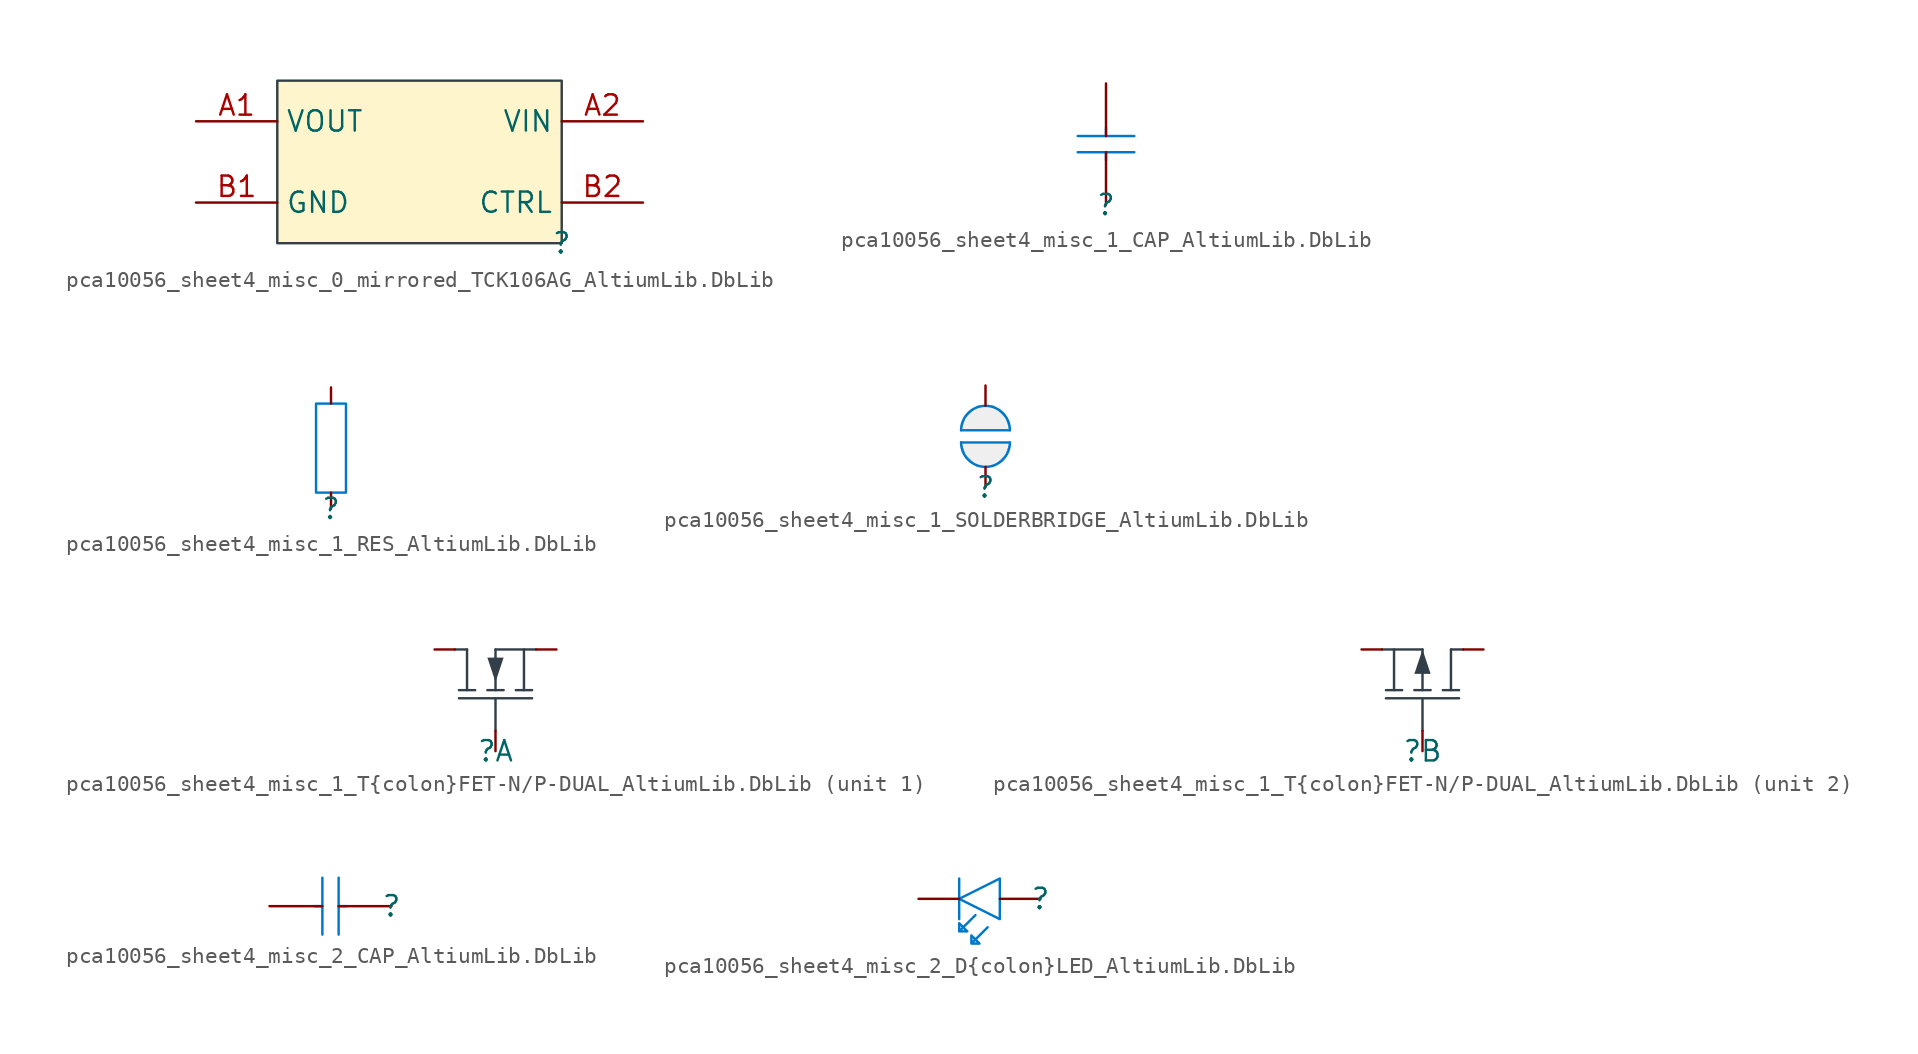
<source format=kicad_sym>
(kicad_symbol_lib
  (version 20241209)
  (generator "kicad_symbol_editor")
  (generator_version "9.0")
  (symbol "pca10056_sheet4_misc_0_mirrored_TCK106AG_AltiumLib.DbLib"
    (property "Reference" ""
      (at 0 0 0)
      (effects (font (size 1.27 1.27))))
    (property "Value" ""
      (at 0 0 0)
      (effects (font (size 1.27 1.27))))
    (symbol "pca10056_sheet4_misc_0_mirrored_TCK106AG_AltiumLib.DbLib_1_0"
      (rectangle (start 0 10.16) (end -17.78 0) (stroke (width 0) (type solid) (color 51 63 72 1)) (fill (type color) (color 255 245 204 1)))
      (pin power_in line (at -22.86 7.62 0) (length 5.08) (name "VOUT" (effects (font (size 1.27 1.27)))) (number "A1" (effects (font (size 1.27 1.27)))))
      (pin power_in line (at -22.86 2.54 0) (length 5.08) (name "GND" (effects (font (size 1.27 1.27)))) (number "B1" (effects (font (size 1.27 1.27)))))
      (pin power_in line (at 5.08 7.62 180) (length 5.08) (name "VIN" (effects (font (size 1.27 1.27)))) (number "A2" (effects (font (size 1.27 1.27)))))
      (pin input line (at 5.08 2.54 180) (length 5.08) (name "CTRL" (effects (font (size 1.27 1.27)))) (number "B2" (effects (font (size 1.27 1.27)))))))
  (symbol "pca10056_sheet4_misc_1_CAP_AltiumLib.DbLib"
    (pin_numbers
      (hide yes))
    (pin_names
      (hide yes))
    (property "Reference" ""
      (at 0 0 0)
      (effects (font (size 1.27 1.27))))
    (property "Value" ""
      (at 0 0 0)
      (effects (font (size 1.27 1.27))))
    (symbol "pca10056_sheet4_misc_1_CAP_AltiumLib.DbLib_1_0"
      (polyline (pts (xy 0 4.318) (xy 0 4.826)) (stroke (width 0) (type solid) (color 0 119 200 1)) (fill (type none)))
      (polyline (pts (xy 0 3.302) (xy 0 2.794)) (stroke (width 0) (type solid) (color 0 119 200 1)) (fill (type none)))
      (polyline (pts (xy 1.778 4.318) (xy -1.778 4.318)) (stroke (width 0) (type solid) (color 0 119 200 1)) (fill (type none)))
      (polyline (pts (xy 1.778 3.302) (xy -1.778 3.302)) (stroke (width 0) (type solid) (color 0 119 200 1)) (fill (type none)))
      (pin passive line (at 0 7.62 270) (length 3.302) (name "2" (effects (font (size 1.27 1.27)))) (number "2" (effects (font (size 1.27 1.27)))))
      (pin passive line (at 0 0 90) (length 3.302) (name "1" (effects (font (size 1.27 1.27)))) (number "1" (effects (font (size 1.27 1.27)))))))
  (symbol "pca10056_sheet4_misc_1_RES_AltiumLib.DbLib"
    (pin_numbers
      (hide yes))
    (pin_names
      (hide yes))
    (property "Reference" ""
      (at 0 0 0)
      (effects (font (size 1.27 1.27))))
    (property "Value" ""
      (at 0 0 0)
      (effects (font (size 1.27 1.27))))
    (symbol "pca10056_sheet4_misc_1_RES_AltiumLib.DbLib_1_0"
      (polyline (pts (xy -0.94 6.604) (xy -0.94 1.016) (xy 0.94 1.016) (xy 0.94 6.604) (xy -0.94 6.604)) (stroke (width 0) (type solid) (color 0 119 200 1)) (fill (type none)))
      (pin passive line (at 0 7.62 270) (length 1.016) (name "2" (effects (font (size 1.27 1.27)))) (number "2" (effects (font (size 1.27 1.27)))))
      (pin passive line (at 0 0 90) (length 1.016) (name "1" (effects (font (size 1.27 1.27)))) (number "1" (effects (font (size 1.27 1.27)))))))
  (symbol "pca10056_sheet4_misc_1_SOLDERBRIDGE_AltiumLib.DbLib"
    (pin_numbers
      (hide yes))
    (pin_names
      (hide yes))
    (property "Reference" ""
      (at 0 0 0)
      (effects (font (size 1.27 1.27))))
    (property "Value" ""
      (at 0 0 0)
      (effects (font (size 1.27 1.27))))
    (symbol "pca10056_sheet4_misc_1_SOLDERBRIDGE_AltiumLib.DbLib_1_0"
      (polyline (pts (xy -1.524 3.556) (xy 1.524 3.556)) (stroke (width 0) (type solid) (color 0 119 200 1)) (fill (type none)))
      (polyline (pts (xy -1.524 3.556) (xy -1.27 4.318) (xy -0.508 5.08) (xy 0.508 5.08) (xy 1.27 4.318) (xy 1.524 3.556) (xy -1.524 3.556)) (stroke (width 0.025) (type solid) (color 0 119 200 1)) (fill (type color) (color 239 239 239 1)))
      (arc (start -1.524 3.556) (mid 0 5.08) (end 1.524 3.556) (stroke (width 0) (type solid) (color 0 119 200 1)) (fill (type none)))
      (arc (start 1.524 2.794) (mid 0 1.27) (end -1.524 2.794) (stroke (width 0) (type solid) (color 0 119 200 1)) (fill (type none)))
      (polyline (pts (xy 1.524 2.794) (xy -1.524 2.794)) (stroke (width 0) (type solid) (color 0 119 200 1)) (fill (type none)))
      (polyline (pts (xy 1.524 2.794) (xy 1.27 2.032) (xy 0.508 1.27) (xy -0.508 1.27) (xy -1.27 2.032) (xy -1.524 2.794) (xy 1.524 2.794)) (stroke (width 0.025) (type solid) (color 0 119 200 1)) (fill (type color) (color 239 239 239 1)))
      (pin passive line (at 0 6.35 270) (length 1.27) (name "0" (effects (font (size 1.27 1.27)))) (number "1" (effects (font (size 1.27 1.27)))))
      (pin passive line (at 0 0 90) (length 1.27) (name "1" (effects (font (size 1.27 1.27)))) (number "2" (effects (font (size 1.27 1.27)))))))
  (symbol "pca10056_sheet4_misc_1_T{colon}FET-N/P-DUAL_AltiumLib.DbLib"
    (pin_numbers
      (hide yes))
    (pin_names
      (hide yes))
    (property "Reference" ""
      (at 0 0 0)
      (effects (font (size 1.27 1.27))))
    (property "Value" ""
      (at 0 0 0)
      (effects (font (size 1.27 1.27))))
    (symbol "pca10056_sheet4_misc_1_T{colon}FET-N/P-DUAL_AltiumLib.DbLib_1_0"
      (polyline (pts (xy -2.286 3.302) (xy 2.286 3.302)) (stroke (width 0) (type solid) (color 51 63 72 1)) (fill (type none)))
      (polyline (pts (xy -1.778 6.35) (xy -2.54 6.35)) (stroke (width 0) (type solid) (color 51 63 72 1)) (fill (type none)))
      (polyline (pts (xy -1.778 6.35) (xy -1.778 3.81)) (stroke (width 0) (type solid) (color 51 63 72 1)) (fill (type none)))
      (polyline (pts (xy -1.27 3.81) (xy -2.286 3.81)) (stroke (width 0) (type solid) (color 51 63 72 1)) (fill (type none)))
      (polyline (pts (xy 0 6.35) (xy 0 3.81)) (stroke (width 0) (type solid) (color 51 63 72 1)) (fill (type none)))
      (polyline (pts (xy 0 6.35) (xy 2.54 6.35)) (stroke (width 0) (type solid) (color 51 63 72 1)) (fill (type none)))
      (polyline (pts (xy 0 4.318) (xy 0.508 5.842) (xy -0.508 5.842) (xy 0 4.318)) (stroke (width -0.0001) (type solid) (color 51 63 72 1)) (fill (type outline)))
      (polyline (pts (xy 0 1.27) (xy 0 3.302)) (stroke (width 0) (type solid) (color 51 63 72 1)) (fill (type none)))
      (polyline (pts (xy 0.508 3.81) (xy -0.508 3.81)) (stroke (width 0) (type solid) (color 51 63 72 1)) (fill (type none)))
      (polyline (pts (xy 1.778 6.35) (xy 1.778 3.81)) (stroke (width 0) (type solid) (color 51 63 72 1)) (fill (type none)))
      (polyline (pts (xy 2.286 3.81) (xy 1.27 3.81)) (stroke (width 0) (type solid) (color 51 63 72 1)) (fill (type none)))
      (pin passive line (at -3.81 6.35 0) (length 1.27) (name "D1" (effects (font (size 1.27 1.27)))) (number "6" (effects (font (size 1.27 1.27)))))
      (pin passive line (at 0 0 90) (length 1.27) (name "G1" (effects (font (size 1.27 1.27)))) (number "2" (effects (font (size 1.27 1.27)))))
      (pin passive line (at 3.81 6.35 180) (length 1.27) (name "S1" (effects (font (size 1.27 1.27)))) (number "1" (effects (font (size 1.27 1.27))))))
    (symbol "pca10056_sheet4_misc_1_T{colon}FET-N/P-DUAL_AltiumLib.DbLib_2_0"
      (polyline (pts (xy -2.54 6.35) (xy 0 6.35)) (stroke (width 0) (type solid) (color 51 63 72 1)) (fill (type none)))
      (polyline (pts (xy -2.286 3.302) (xy 2.286 3.302)) (stroke (width 0) (type solid) (color 51 63 72 1)) (fill (type none)))
      (polyline (pts (xy -1.778 6.35) (xy -1.778 3.81)) (stroke (width 0) (type solid) (color 51 63 72 1)) (fill (type none)))
      (polyline (pts (xy -1.27 3.81) (xy -2.286 3.81)) (stroke (width 0) (type solid) (color 51 63 72 1)) (fill (type none)))
      (polyline (pts (xy 0 6.35) (xy 0 3.81)) (stroke (width 0) (type solid) (color 51 63 72 1)) (fill (type none)))
      (polyline (pts (xy 0 6.35) (xy -0.508 4.826) (xy 0.508 4.826) (xy 0 6.35)) (stroke (width -0.0001) (type solid) (color 51 63 72 1)) (fill (type outline)))
      (polyline (pts (xy 0 1.27) (xy 0 3.302)) (stroke (width 0) (type solid) (color 51 63 72 1)) (fill (type none)))
      (polyline (pts (xy 0.508 3.81) (xy -0.508 3.81)) (stroke (width 0) (type solid) (color 51 63 72 1)) (fill (type none)))
      (polyline (pts (xy 1.778 6.35) (xy 1.778 3.81)) (stroke (width 0) (type solid) (color 51 63 72 1)) (fill (type none)))
      (polyline (pts (xy 1.778 6.35) (xy 2.54 6.35)) (stroke (width 0) (type solid) (color 51 63 72 1)) (fill (type none)))
      (polyline (pts (xy 2.286 3.81) (xy 1.27 3.81)) (stroke (width 0) (type solid) (color 51 63 72 1)) (fill (type none)))
      (pin passive line (at -3.81 6.35 0) (length 1.27) (name "S2" (effects (font (size 1.27 1.27)))) (number "4" (effects (font (size 1.27 1.27)))))
      (pin passive line (at 0 0 90) (length 1.27) (name "G2" (effects (font (size 1.27 1.27)))) (number "5" (effects (font (size 1.27 1.27)))))
      (pin passive line (at 3.81 6.35 180) (length 1.27) (name "D2" (effects (font (size 1.27 1.27)))) (number "3" (effects (font (size 1.27 1.27)))))))
  (symbol "pca10056_sheet4_misc_2_CAP_AltiumLib.DbLib"
    (pin_numbers
      (hide yes))
    (pin_names
      (hide yes))
    (property "Reference" ""
      (at 0 0 0)
      (effects (font (size 1.27 1.27))))
    (property "Value" ""
      (at 0 0 0)
      (effects (font (size 1.27 1.27))))
    (symbol "pca10056_sheet4_misc_2_CAP_AltiumLib.DbLib_1_0"
      (polyline (pts (xy -4.318 1.778) (xy -4.318 -1.778)) (stroke (width 0) (type solid) (color 0 119 200 1)) (fill (type none)))
      (polyline (pts (xy -4.318 0) (xy -4.826 0)) (stroke (width 0) (type solid) (color 0 119 200 1)) (fill (type none)))
      (polyline (pts (xy -3.302 1.778) (xy -3.302 -1.778)) (stroke (width 0) (type solid) (color 0 119 200 1)) (fill (type none)))
      (polyline (pts (xy -3.302 0) (xy -2.794 0)) (stroke (width 0) (type solid) (color 0 119 200 1)) (fill (type none)))
      (pin passive line (at -7.62 0 0) (length 3.302) (name "2" (effects (font (size 1.27 1.27)))) (number "2" (effects (font (size 1.27 1.27)))))
      (pin passive line (at 0 0 180) (length 3.302) (name "1" (effects (font (size 1.27 1.27)))) (number "1" (effects (font (size 1.27 1.27)))))))
  (symbol "pca10056_sheet4_misc_2_D{colon}LED_AltiumLib.DbLib"
    (pin_numbers
      (hide yes))
    (pin_names
      (hide yes))
    (property "Reference" ""
      (at 0 0 0)
      (effects (font (size 1.27 1.27))))
    (property "Value" ""
      (at 0 0 0)
      (effects (font (size 1.27 1.27))))
    (symbol "pca10056_sheet4_misc_2_D{colon}LED_AltiumLib.DbLib_1_0"
      (polyline (pts (xy -5.08 1.27) (xy -5.08 0)) (stroke (width 0) (type solid) (color 0 119 200 1)) (fill (type none)))
      (polyline (pts (xy -5.08 0) (xy -5.08 -1.27)) (stroke (width 0) (type solid) (color 0 119 200 1)) (fill (type none)))
      (polyline (pts (xy -4.064 -1.016) (xy -5.08 -2.032) (xy -4.572 -2.032) (xy -5.08 -1.524) (xy -5.08 -2.032)) (stroke (width 0) (type solid) (color 0 119 200 1)) (fill (type none)))
      (polyline (pts (xy -3.302 -1.778) (xy -4.318 -2.794) (xy -3.81 -2.794) (xy -4.318 -2.286) (xy -4.318 -2.794)) (stroke (width 0) (type solid) (color 0 119 200 1)) (fill (type none)))
      (polyline (pts (xy -2.54 1.27) (xy -5.08 0) (xy -2.54 -1.27) (xy -2.54 1.27)) (stroke (width 0) (type solid) (color 0 119 200 1)) (fill (type none)))
      (pin passive line (at -7.62 0 0) (length 2.54) (name "C" (effects (font (size 1.27 1.27)))) (number "1" (effects (font (size 1.27 1.27)))))
      (pin passive line (at 0 0 180) (length 2.54) (name "A" (effects (font (size 1.27 1.27)))) (number "2" (effects (font (size 1.27 1.27))))))))
</source>
